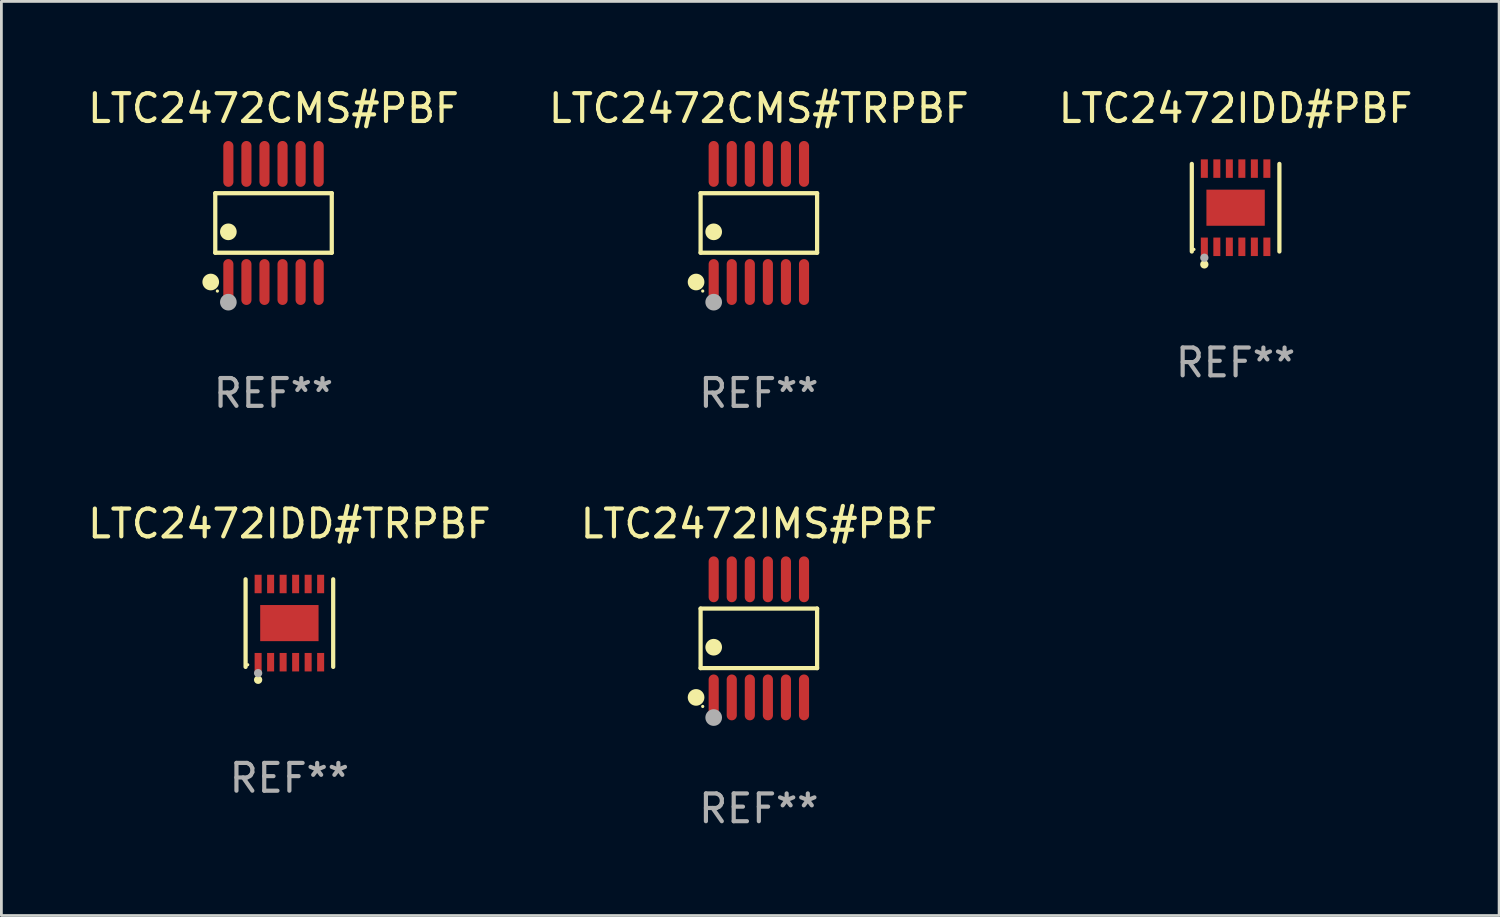
<source format=kicad_pcb>
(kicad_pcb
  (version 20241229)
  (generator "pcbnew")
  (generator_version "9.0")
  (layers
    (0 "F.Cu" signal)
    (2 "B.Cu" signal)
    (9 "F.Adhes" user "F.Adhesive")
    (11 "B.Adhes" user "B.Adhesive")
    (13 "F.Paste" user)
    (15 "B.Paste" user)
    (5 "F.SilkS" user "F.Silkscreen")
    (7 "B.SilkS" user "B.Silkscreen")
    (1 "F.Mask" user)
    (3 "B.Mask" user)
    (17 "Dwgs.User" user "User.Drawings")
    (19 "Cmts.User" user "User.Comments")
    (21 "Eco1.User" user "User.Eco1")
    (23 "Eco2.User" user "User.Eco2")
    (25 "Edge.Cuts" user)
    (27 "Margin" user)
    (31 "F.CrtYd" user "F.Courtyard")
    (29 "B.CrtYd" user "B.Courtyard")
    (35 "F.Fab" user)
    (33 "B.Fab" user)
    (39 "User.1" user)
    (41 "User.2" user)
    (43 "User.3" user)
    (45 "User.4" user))
  (footprint "LTC2472CMS#PBF"
    (layer "F.Cu")
    (at 6.792 4.973)
    (property "Reference" "LTC2472CMS#PBF" (at 0 -4.125 0) (layer "F.SilkS") (effects (font (size 1 1) (thickness 0.15))))
    (attr through_hole)
    (fp_line (start -2.096 -1.071) (end 2.096 -1.071) (stroke (width 0.152) (type solid)) (layer "F.SilkS"))
    (fp_line (start -2.096 1.071) (end -2.096 -1.071) (stroke (width 0.152) (type solid)) (layer "F.SilkS"))
    (fp_line (start 2.096 -1.071) (end 2.096 1.071) (stroke (width 0.152) (type solid)) (layer "F.SilkS"))
    (fp_line (start 2.096 1.071) (end -2.096 1.071) (stroke (width 0.152) (type solid)) (layer "F.SilkS"))
    (fp_circle (center -2.259 2.125) (end -2.109 2.125) (stroke (width 0.3) (type solid)) (fill no) (layer "F.SilkS"))
    (fp_circle (center -2.02 2.45) (end -1.99 2.45) (stroke (width 0.06) (type solid)) (fill no) (layer "F.SilkS"))
    (fp_circle (center -1.625 0.319) (end -1.475 0.319) (stroke (width 0.3) (type solid)) (fill no) (layer "F.SilkS"))
    (fp_circle (center -1.625 2.85) (end -1.475 2.85) (stroke (width 0.3) (type solid)) (fill no) (layer "F.Fab"))
    (fp_text user "REF**" (at 0 6.125 0) (layer "F.Fab") (effects (font (size 1 1) (thickness 0.15))))
    (pad "1" smd oval (at -1.625 2.125) (size 0.364 1.65) (layers "F.Cu" "F.Mask" "F.Paste"))
    (pad "2" smd oval (at -0.975 2.125) (size 0.364 1.65) (layers "F.Cu" "F.Mask" "F.Paste"))
    (pad "3" smd oval (at -0.325 2.125) (size 0.364 1.65) (layers "F.Cu" "F.Mask" "F.Paste"))
    (pad "4" smd oval (at 0.325 2.125) (size 0.364 1.65) (layers "F.Cu" "F.Mask" "F.Paste"))
    (pad "5" smd oval (at 0.975 2.125) (size 0.364 1.65) (layers "F.Cu" "F.Mask" "F.Paste"))
    (pad "6" smd oval (at 1.625 2.125) (size 0.364 1.65) (layers "F.Cu" "F.Mask" "F.Paste"))
    (pad "7" smd oval (at 1.625 -2.125) (size 0.364 1.65) (layers "F.Cu" "F.Mask" "F.Paste"))
    (pad "8" smd oval (at 0.975 -2.125) (size 0.364 1.65) (layers "F.Cu" "F.Mask" "F.Paste"))
    (pad "9" smd oval (at 0.325 -2.125) (size 0.364 1.65) (layers "F.Cu" "F.Mask" "F.Paste"))
    (pad "10" smd oval (at -0.325 -2.125) (size 0.364 1.65) (layers "F.Cu" "F.Mask" "F.Paste"))
    (pad "11" smd oval (at -0.975 -2.125) (size 0.364 1.65) (layers "F.Cu" "F.Mask" "F.Paste"))
    (pad "12" smd oval (at -1.625 -2.125) (size 0.364 1.65) (layers "F.Cu" "F.Mask" "F.Paste")))
  (footprint "LTC2472IDD#TRPBF"
    (layer "F.Cu")
    (at 7.363 19.371)
    (property "Reference" "LTC2472IDD#TRPBF" (at 0 -3.576 0) (layer "F.SilkS") (effects (font (size 1 1) (thickness 0.15))))
    (attr through_hole)
    (fp_line (start -1.576 1.576) (end -1.576 -1.576) (stroke (width 0.152) (type solid)) (layer "F.SilkS"))
    (fp_line (start 1.576 1.576) (end 1.576 -1.576) (stroke (width 0.152) (type solid)) (layer "F.SilkS"))
    (fp_circle (center -1.5 1.5) (end -1.47 1.5) (stroke (width 0.06) (type solid)) (fill no) (layer "F.SilkS"))
    (fp_circle (center -1.125 2.04) (end -1.05 2.04) (stroke (width 0.15) (type solid)) (fill no) (layer "F.SilkS"))
    (fp_circle (center -1.125 1.8) (end -1.05 1.8) (stroke (width 0.15) (type solid)) (fill no) (layer "F.Fab"))
    (fp_text user "REF**" (at 0 5.576 0) (layer "F.Fab") (effects (font (size 1 1) (thickness 0.15))))
    (pad "1" smd rect (at -1.125 1.407) (size 0.252 0.665) (layers "F.Cu" "F.Mask" "F.Paste"))
    (pad "2" smd rect (at -0.675 1.407) (size 0.252 0.665) (layers "F.Cu" "F.Mask" "F.Paste"))
    (pad "3" smd rect (at -0.225 1.407) (size 0.252 0.665) (layers "F.Cu" "F.Mask" "F.Paste"))
    (pad "4" smd rect (at 0.225 1.407) (size 0.252 0.665) (layers "F.Cu" "F.Mask" "F.Paste"))
    (pad "5" smd rect (at 0.675 1.407) (size 0.252 0.665) (layers "F.Cu" "F.Mask" "F.Paste"))
    (pad "6" smd rect (at 1.125 1.407) (size 0.252 0.665) (layers "F.Cu" "F.Mask" "F.Paste"))
    (pad "7" smd rect (at 1.125 -1.407) (size 0.252 0.665) (layers "F.Cu" "F.Mask" "F.Paste"))
    (pad "8" smd rect (at 0.675 -1.407) (size 0.252 0.665) (layers "F.Cu" "F.Mask" "F.Paste"))
    (pad "9" smd rect (at 0.225 -1.407) (size 0.252 0.665) (layers "F.Cu" "F.Mask" "F.Paste"))
    (pad "10" smd rect (at -0.225 -1.407) (size 0.252 0.665) (layers "F.Cu" "F.Mask" "F.Paste"))
    (pad "11" smd rect (at -0.675 -1.407) (size 0.252 0.665) (layers "F.Cu" "F.Mask" "F.Paste"))
    (pad "12" smd rect (at -1.125 -1.407) (size 0.252 0.665) (layers "F.Cu" "F.Mask" "F.Paste"))
    (pad "13" smd rect (at 0 0) (size 2.1 1.3) (layers "F.Cu" "F.Mask" "F.Paste")))
  (footprint "LTC2472CMS#TRPBF"
    (layer "F.Cu")
    (at 24.256 4.973)
    (property "Reference" "LTC2472CMS#TRPBF" (at 0 -4.125 0) (layer "F.SilkS") (effects (font (size 1 1) (thickness 0.15))))
    (attr through_hole)
    (fp_line (start -2.096 -1.071) (end 2.096 -1.071) (stroke (width 0.152) (type solid)) (layer "F.SilkS"))
    (fp_line (start -2.096 1.071) (end -2.096 -1.071) (stroke (width 0.152) (type solid)) (layer "F.SilkS"))
    (fp_line (start 2.096 -1.071) (end 2.096 1.071) (stroke (width 0.152) (type solid)) (layer "F.SilkS"))
    (fp_line (start 2.096 1.071) (end -2.096 1.071) (stroke (width 0.152) (type solid)) (layer "F.SilkS"))
    (fp_circle (center -2.259 2.125) (end -2.109 2.125) (stroke (width 0.3) (type solid)) (fill no) (layer "F.SilkS"))
    (fp_circle (center -2.02 2.45) (end -1.99 2.45) (stroke (width 0.06) (type solid)) (fill no) (layer "F.SilkS"))
    (fp_circle (center -1.625 0.319) (end -1.475 0.319) (stroke (width 0.3) (type solid)) (fill no) (layer "F.SilkS"))
    (fp_circle (center -1.625 2.85) (end -1.475 2.85) (stroke (width 0.3) (type solid)) (fill no) (layer "F.Fab"))
    (fp_text user "REF**" (at 0 6.125 0) (layer "F.Fab") (effects (font (size 1 1) (thickness 0.15))))
    (pad "1" smd oval (at -1.625 2.125) (size 0.364 1.65) (layers "F.Cu" "F.Mask" "F.Paste"))
    (pad "2" smd oval (at -0.975 2.125) (size 0.364 1.65) (layers "F.Cu" "F.Mask" "F.Paste"))
    (pad "3" smd oval (at -0.325 2.125) (size 0.364 1.65) (layers "F.Cu" "F.Mask" "F.Paste"))
    (pad "4" smd oval (at 0.325 2.125) (size 0.364 1.65) (layers "F.Cu" "F.Mask" "F.Paste"))
    (pad "5" smd oval (at 0.975 2.125) (size 0.364 1.65) (layers "F.Cu" "F.Mask" "F.Paste"))
    (pad "6" smd oval (at 1.625 2.125) (size 0.364 1.65) (layers "F.Cu" "F.Mask" "F.Paste"))
    (pad "7" smd oval (at 1.625 -2.125) (size 0.364 1.65) (layers "F.Cu" "F.Mask" "F.Paste"))
    (pad "8" smd oval (at 0.975 -2.125) (size 0.364 1.65) (layers "F.Cu" "F.Mask" "F.Paste"))
    (pad "9" smd oval (at 0.325 -2.125) (size 0.364 1.65) (layers "F.Cu" "F.Mask" "F.Paste"))
    (pad "10" smd oval (at -0.325 -2.125) (size 0.364 1.65) (layers "F.Cu" "F.Mask" "F.Paste"))
    (pad "11" smd oval (at -0.975 -2.125) (size 0.364 1.65) (layers "F.Cu" "F.Mask" "F.Paste"))
    (pad "12" smd oval (at -1.625 -2.125) (size 0.364 1.65) (layers "F.Cu" "F.Mask" "F.Paste")))
  (footprint "LTC2472IMS#PBF"
    (layer "F.Cu")
    (at 24.256 19.92)
    (property "Reference" "LTC2472IMS#PBF" (at 0 -4.125 0) (layer "F.SilkS") (effects (font (size 1 1) (thickness 0.15))))
    (attr through_hole)
    (fp_line (start -2.096 -1.071) (end 2.096 -1.071) (stroke (width 0.152) (type solid)) (layer "F.SilkS"))
    (fp_line (start -2.096 1.071) (end -2.096 -1.071) (stroke (width 0.152) (type solid)) (layer "F.SilkS"))
    (fp_line (start 2.096 -1.071) (end 2.096 1.071) (stroke (width 0.152) (type solid)) (layer "F.SilkS"))
    (fp_line (start 2.096 1.071) (end -2.096 1.071) (stroke (width 0.152) (type solid)) (layer "F.SilkS"))
    (fp_circle (center -2.259 2.125) (end -2.109 2.125) (stroke (width 0.3) (type solid)) (fill no) (layer "F.SilkS"))
    (fp_circle (center -2.02 2.45) (end -1.99 2.45) (stroke (width 0.06) (type solid)) (fill no) (layer "F.SilkS"))
    (fp_circle (center -1.625 0.319) (end -1.475 0.319) (stroke (width 0.3) (type solid)) (fill no) (layer "F.SilkS"))
    (fp_circle (center -1.625 2.85) (end -1.475 2.85) (stroke (width 0.3) (type solid)) (fill no) (layer "F.Fab"))
    (fp_text user "REF**" (at 0 6.125 0) (layer "F.Fab") (effects (font (size 1 1) (thickness 0.15))))
    (pad "1" smd oval (at -1.625 2.125) (size 0.364 1.65) (layers "F.Cu" "F.Mask" "F.Paste"))
    (pad "2" smd oval (at -0.975 2.125) (size 0.364 1.65) (layers "F.Cu" "F.Mask" "F.Paste"))
    (pad "3" smd oval (at -0.325 2.125) (size 0.364 1.65) (layers "F.Cu" "F.Mask" "F.Paste"))
    (pad "4" smd oval (at 0.325 2.125) (size 0.364 1.65) (layers "F.Cu" "F.Mask" "F.Paste"))
    (pad "5" smd oval (at 0.975 2.125) (size 0.364 1.65) (layers "F.Cu" "F.Mask" "F.Paste"))
    (pad "6" smd oval (at 1.625 2.125) (size 0.364 1.65) (layers "F.Cu" "F.Mask" "F.Paste"))
    (pad "7" smd oval (at 1.625 -2.125) (size 0.364 1.65) (layers "F.Cu" "F.Mask" "F.Paste"))
    (pad "8" smd oval (at 0.975 -2.125) (size 0.364 1.65) (layers "F.Cu" "F.Mask" "F.Paste"))
    (pad "9" smd oval (at 0.325 -2.125) (size 0.364 1.65) (layers "F.Cu" "F.Mask" "F.Paste"))
    (pad "10" smd oval (at -0.325 -2.125) (size 0.364 1.65) (layers "F.Cu" "F.Mask" "F.Paste"))
    (pad "11" smd oval (at -0.975 -2.125) (size 0.364 1.65) (layers "F.Cu" "F.Mask" "F.Paste"))
    (pad "12" smd oval (at -1.625 -2.125) (size 0.364 1.65) (layers "F.Cu" "F.Mask" "F.Paste")))
  (footprint "LTC2472IDD#PBF"
    (layer "F.Cu")
    (at 41.411 4.424)
    (property "Reference" "LTC2472IDD#PBF" (at 0 -3.576 0) (layer "F.SilkS") (effects (font (size 1 1) (thickness 0.15))))
    (attr through_hole)
    (fp_line (start -1.576 1.576) (end -1.576 -1.576) (stroke (width 0.152) (type solid)) (layer "F.SilkS"))
    (fp_line (start 1.576 1.576) (end 1.576 -1.576) (stroke (width 0.152) (type solid)) (layer "F.SilkS"))
    (fp_circle (center -1.5 1.5) (end -1.47 1.5) (stroke (width 0.06) (type solid)) (fill no) (layer "F.SilkS"))
    (fp_circle (center -1.125 2.04) (end -1.05 2.04) (stroke (width 0.15) (type solid)) (fill no) (layer "F.SilkS"))
    (fp_circle (center -1.125 1.8) (end -1.05 1.8) (stroke (width 0.15) (type solid)) (fill no) (layer "F.Fab"))
    (fp_text user "REF**" (at 0 5.576 0) (layer "F.Fab") (effects (font (size 1 1) (thickness 0.15))))
    (pad "1" smd rect (at -1.125 1.407) (size 0.252 0.665) (layers "F.Cu" "F.Mask" "F.Paste"))
    (pad "2" smd rect (at -0.675 1.407) (size 0.252 0.665) (layers "F.Cu" "F.Mask" "F.Paste"))
    (pad "3" smd rect (at -0.225 1.407) (size 0.252 0.665) (layers "F.Cu" "F.Mask" "F.Paste"))
    (pad "4" smd rect (at 0.225 1.407) (size 0.252 0.665) (layers "F.Cu" "F.Mask" "F.Paste"))
    (pad "5" smd rect (at 0.675 1.407) (size 0.252 0.665) (layers "F.Cu" "F.Mask" "F.Paste"))
    (pad "6" smd rect (at 1.125 1.407) (size 0.252 0.665) (layers "F.Cu" "F.Mask" "F.Paste"))
    (pad "7" smd rect (at 1.125 -1.407) (size 0.252 0.665) (layers "F.Cu" "F.Mask" "F.Paste"))
    (pad "8" smd rect (at 0.675 -1.407) (size 0.252 0.665) (layers "F.Cu" "F.Mask" "F.Paste"))
    (pad "9" smd rect (at 0.225 -1.407) (size 0.252 0.665) (layers "F.Cu" "F.Mask" "F.Paste"))
    (pad "10" smd rect (at -0.225 -1.407) (size 0.252 0.665) (layers "F.Cu" "F.Mask" "F.Paste"))
    (pad "11" smd rect (at -0.675 -1.407) (size 0.252 0.665) (layers "F.Cu" "F.Mask" "F.Paste"))
    (pad "12" smd rect (at -1.125 -1.407) (size 0.252 0.665) (layers "F.Cu" "F.Mask" "F.Paste"))
    (pad "13" smd rect (at 0 0) (size 2.1 1.3) (layers "F.Cu" "F.Mask" "F.Paste")))
  (gr_rect
    (start -3 -3)
    (end 50.893 29.893)
    (stroke (width 0.1) (type default))
    (fill no)
    (layer "Edge.Cuts")))
</source>
